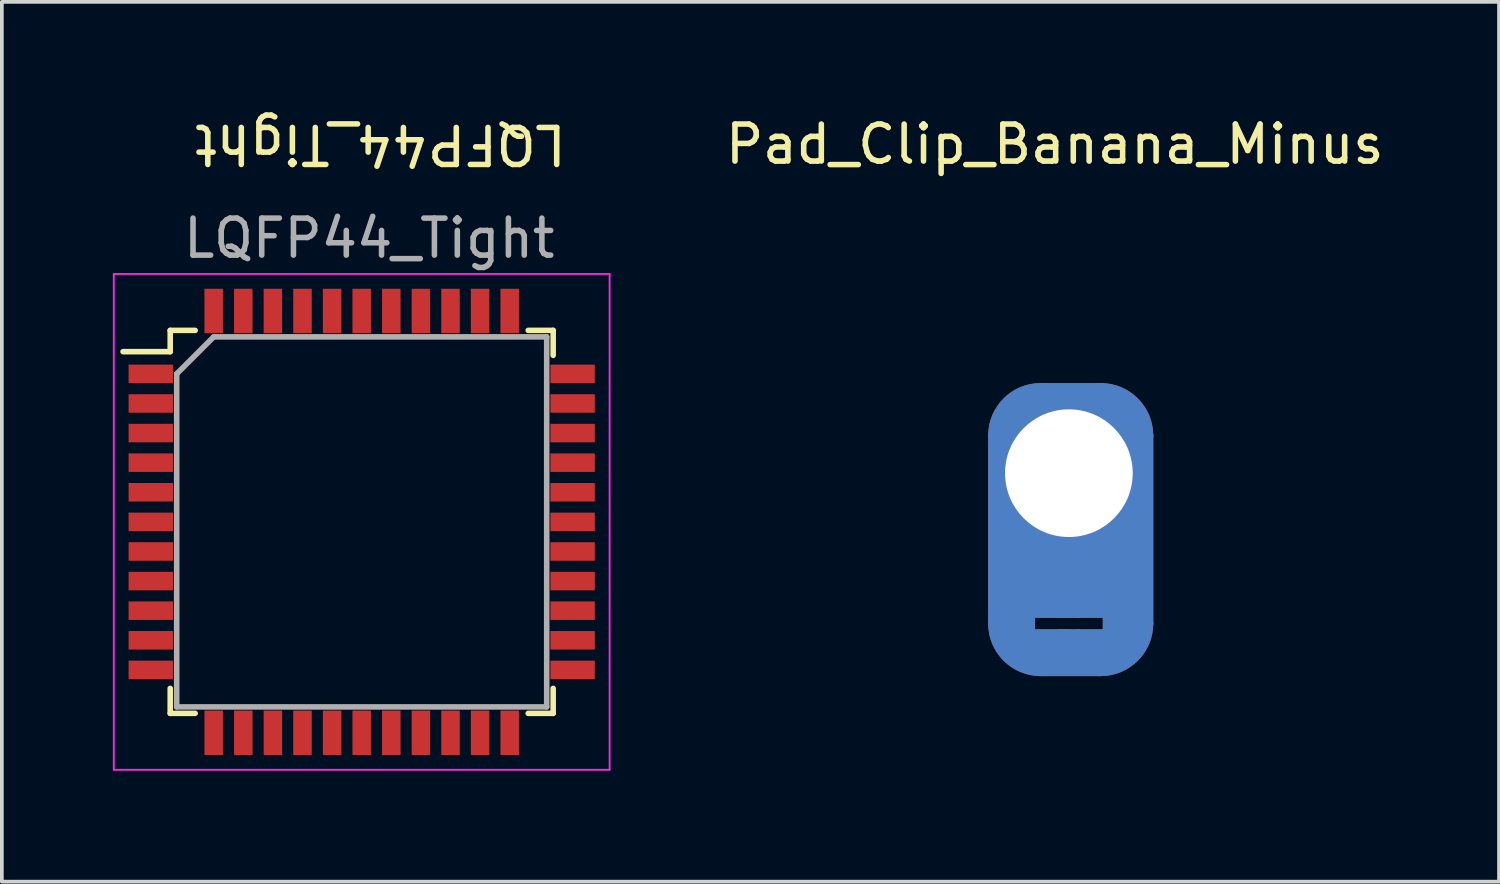
<source format=kicad_pcb>
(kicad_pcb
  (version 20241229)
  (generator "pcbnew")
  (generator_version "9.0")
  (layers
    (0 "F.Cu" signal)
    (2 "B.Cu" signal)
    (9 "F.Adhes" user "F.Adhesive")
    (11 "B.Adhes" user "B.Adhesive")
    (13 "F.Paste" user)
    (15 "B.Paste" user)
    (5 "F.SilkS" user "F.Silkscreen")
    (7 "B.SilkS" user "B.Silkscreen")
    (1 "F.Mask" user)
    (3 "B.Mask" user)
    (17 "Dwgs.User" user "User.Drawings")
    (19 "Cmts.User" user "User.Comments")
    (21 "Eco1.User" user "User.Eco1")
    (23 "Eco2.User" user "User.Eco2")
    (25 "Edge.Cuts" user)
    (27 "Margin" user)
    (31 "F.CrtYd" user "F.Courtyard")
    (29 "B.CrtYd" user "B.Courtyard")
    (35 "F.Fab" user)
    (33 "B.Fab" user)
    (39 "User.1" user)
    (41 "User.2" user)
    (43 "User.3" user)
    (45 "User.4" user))
  (footprint "LQFP44_Tight"
    (layer "F.Cu")
    (at 7.131 10.653)
    (property "Reference" "LQFP44_Tight" (at 0.102 -9.804 180) (unlocked yes) (layer "F.SilkS") (effects (font (size 1 1) (thickness 0.15))))
    (attr smd)
    (fp_line (start -5.581 -4.774) (end -5.581 -4.199) (stroke (width 0.15) (type solid)) (layer "F.SilkS"))
    (fp_line (start -5.581 -4.774) (end -4.906 -4.774) (stroke (width 0.15) (type solid)) (layer "F.SilkS"))
    (fp_line (start -5.581 -4.199) (end -6.856 -4.199) (stroke (width 0.15) (type solid)) (layer "F.SilkS"))
    (fp_line (start -5.581 5.576) (end -5.581 4.901) (stroke (width 0.15) (type solid)) (layer "F.SilkS"))
    (fp_line (start -5.581 5.576) (end -4.906 5.576) (stroke (width 0.15) (type solid)) (layer "F.SilkS"))
    (fp_line (start 4.769 -4.774) (end 4.094 -4.774) (stroke (width 0.15) (type solid)) (layer "F.SilkS"))
    (fp_line (start 4.769 -4.774) (end 4.769 -4.099) (stroke (width 0.15) (type solid)) (layer "F.SilkS"))
    (fp_line (start 4.769 5.576) (end 4.094 5.576) (stroke (width 0.15) (type solid)) (layer "F.SilkS"))
    (fp_line (start 4.769 5.576) (end 4.769 4.901) (stroke (width 0.15) (type solid)) (layer "F.SilkS"))
    (fp_line (start -7.106 -6.299) (end -7.106 7.101) (stroke (width 0.05) (type solid)) (layer "F.CrtYd"))
    (fp_line (start -7.106 -6.299) (end 6.294 -6.299) (stroke (width 0.05) (type solid)) (layer "F.CrtYd"))
    (fp_line (start -7.106 7.101) (end 6.294 7.101) (stroke (width 0.05) (type solid)) (layer "F.CrtYd"))
    (fp_line (start 6.294 -6.299) (end 6.294 7.101) (stroke (width 0.05) (type solid)) (layer "F.CrtYd"))
    (fp_line (start -5.406 -3.599) (end -4.406 -4.599) (stroke (width 0.15) (type solid)) (layer "F.Fab"))
    (fp_line (start -5.406 5.401) (end -5.406 -3.599) (stroke (width 0.15) (type solid)) (layer "F.Fab"))
    (fp_line (start -4.406 -4.599) (end 4.594 -4.599) (stroke (width 0.15) (type solid)) (layer "F.Fab"))
    (fp_line (start 4.594 -4.599) (end 4.594 5.401) (stroke (width 0.15) (type solid)) (layer "F.Fab"))
    (fp_line (start 4.594 5.401) (end -5.406 5.401) (stroke (width 0.15) (type solid)) (layer "F.Fab"))
    (fp_text user "${REFERENCE}" (at -0.203 -7.264 0) (layer "F.Fab") (effects (font (size 1 1) (thickness 0.15))))
    (pad "1" smd rect (at -6.106 -3.599 180) (size 1.2 0.5) (layers "F.Cu" "F.Mask" "F.Paste"))
    (pad "2" smd rect (at -6.106 -2.799 180) (size 1.2 0.5) (layers "F.Cu" "F.Mask" "F.Paste"))
    (pad "3" smd rect (at -6.106 -1.999 180) (size 1.2 0.5) (layers "F.Cu" "F.Mask" "F.Paste"))
    (pad "4" smd rect (at -6.106 -1.199 180) (size 1.2 0.5) (layers "F.Cu" "F.Mask" "F.Paste"))
    (pad "5" smd rect (at -6.106 -0.399 180) (size 1.2 0.5) (layers "F.Cu" "F.Mask" "F.Paste"))
    (pad "6" smd rect (at -6.106 0.401 180) (size 1.2 0.5) (layers "F.Cu" "F.Mask" "F.Paste"))
    (pad "7" smd rect (at -6.106 1.201 180) (size 1.2 0.5) (layers "F.Cu" "F.Mask" "F.Paste"))
    (pad "8" smd rect (at -6.106 2.001 180) (size 1.2 0.5) (layers "F.Cu" "F.Mask" "F.Paste"))
    (pad "9" smd rect (at -6.106 2.801 180) (size 1.2 0.5) (layers "F.Cu" "F.Mask" "F.Paste"))
    (pad "10" smd rect (at -6.106 3.601 180) (size 1.2 0.5) (layers "F.Cu" "F.Mask" "F.Paste"))
    (pad "11" smd rect (at -6.106 4.401 180) (size 1.2 0.5) (layers "F.Cu" "F.Mask" "F.Paste"))
    (pad "12" smd rect (at -4.406 6.101 270) (size 1.2 0.5) (layers "F.Cu" "F.Mask" "F.Paste"))
    (pad "13" smd rect (at -3.606 6.101 270) (size 1.2 0.5) (layers "F.Cu" "F.Mask" "F.Paste"))
    (pad "14" smd rect (at -2.806 6.101 270) (size 1.2 0.5) (layers "F.Cu" "F.Mask" "F.Paste"))
    (pad "15" smd rect (at -2.006 6.101 270) (size 1.2 0.5) (layers "F.Cu" "F.Mask" "F.Paste"))
    (pad "16" smd rect (at -1.206 6.101 270) (size 1.2 0.5) (layers "F.Cu" "F.Mask" "F.Paste"))
    (pad "17" smd rect (at -0.406 6.101 270) (size 1.2 0.5) (layers "F.Cu" "F.Mask" "F.Paste"))
    (pad "18" smd rect (at 0.394 6.101 270) (size 1.2 0.5) (layers "F.Cu" "F.Mask" "F.Paste"))
    (pad "19" smd rect (at 1.194 6.101 270) (size 1.2 0.5) (layers "F.Cu" "F.Mask" "F.Paste"))
    (pad "20" smd rect (at 1.994 6.101 270) (size 1.2 0.5) (layers "F.Cu" "F.Mask" "F.Paste"))
    (pad "21" smd rect (at 2.794 6.101 270) (size 1.2 0.5) (layers "F.Cu" "F.Mask" "F.Paste"))
    (pad "22" smd rect (at 3.594 6.101 270) (size 1.2 0.5) (layers "F.Cu" "F.Mask" "F.Paste"))
    (pad "23" smd rect (at 5.294 4.401 180) (size 1.2 0.5) (layers "F.Cu" "F.Mask" "F.Paste"))
    (pad "24" smd rect (at 5.294 3.601 180) (size 1.2 0.5) (layers "F.Cu" "F.Mask" "F.Paste"))
    (pad "25" smd rect (at 5.294 2.801 180) (size 1.2 0.5) (layers "F.Cu" "F.Mask" "F.Paste"))
    (pad "26" smd rect (at 5.294 2.001 180) (size 1.2 0.5) (layers "F.Cu" "F.Mask" "F.Paste"))
    (pad "27" smd rect (at 5.294 1.201 180) (size 1.2 0.5) (layers "F.Cu" "F.Mask" "F.Paste"))
    (pad "28" smd rect (at 5.294 0.401 180) (size 1.2 0.5) (layers "F.Cu" "F.Mask" "F.Paste"))
    (pad "29" smd rect (at 5.294 -0.399 180) (size 1.2 0.5) (layers "F.Cu" "F.Mask" "F.Paste"))
    (pad "30" smd rect (at 5.294 -1.199 180) (size 1.2 0.5) (layers "F.Cu" "F.Mask" "F.Paste"))
    (pad "31" smd rect (at 5.294 -1.999 180) (size 1.2 0.5) (layers "F.Cu" "F.Mask" "F.Paste"))
    (pad "32" smd rect (at 5.294 -2.799 180) (size 1.2 0.5) (layers "F.Cu" "F.Mask" "F.Paste"))
    (pad "33" smd rect (at 5.294 -3.599 180) (size 1.2 0.5) (layers "F.Cu" "F.Mask" "F.Paste"))
    (pad "34" smd rect (at 3.594 -5.299 270) (size 1.2 0.5) (layers "F.Cu" "F.Mask" "F.Paste"))
    (pad "35" smd rect (at 2.794 -5.299 270) (size 1.2 0.5) (layers "F.Cu" "F.Mask" "F.Paste"))
    (pad "36" smd rect (at 1.994 -5.299 270) (size 1.2 0.5) (layers "F.Cu" "F.Mask" "F.Paste"))
    (pad "37" smd rect (at 1.194 -5.299 270) (size 1.2 0.5) (layers "F.Cu" "F.Mask" "F.Paste"))
    (pad "38" smd rect (at 0.394 -5.299 270) (size 1.2 0.5) (layers "F.Cu" "F.Mask" "F.Paste"))
    (pad "39" smd rect (at -0.406 -5.299 270) (size 1.2 0.5) (layers "F.Cu" "F.Mask" "F.Paste"))
    (pad "40" smd rect (at -1.206 -5.299 270) (size 1.2 0.5) (layers "F.Cu" "F.Mask" "F.Paste"))
    (pad "41" smd rect (at -2.006 -5.299 270) (size 1.2 0.5) (layers "F.Cu" "F.Mask" "F.Paste"))
    (pad "42" smd rect (at -2.806 -5.299 270) (size 1.2 0.5) (layers "F.Cu" "F.Mask" "F.Paste"))
    (pad "43" smd rect (at -3.606 -5.299 270) (size 1.2 0.5) (layers "F.Cu" "F.Mask" "F.Paste"))
    (pad "44" smd rect (at -4.406 -5.299 270) (size 1.2 0.5) (layers "F.Cu" "F.Mask" "F.Paste")))
  (footprint "Pad_Clip_Banana_Minus"
    (layer "F.Cu")
    (at 25.837 9.738)
    (property "Reference" "Pad_Clip_Banana_Minus" (at -0.381 -8.89 0) (unlocked yes) (layer "F.SilkS") (effects (font (size 1 1) (thickness 0.15))))
    (attr through_hole)
    (fp_line (start -2.032 -1.016) (end -2.032 4.064) (stroke (width 0.3) (type default)) (layer "F.Cu"))
    (fp_line (start -1.016 3.81) (end -1.016 4.318) (stroke (width 0.2) (type default)) (layer "F.Cu"))
    (fp_line (start -0.991 4.318) (end -0.102 4.318) (stroke (width 0.2) (type default)) (layer "F.Cu"))
    (fp_line (start -0.762 -2.286) (end 0.861 -2.286) (stroke (width 0.3) (type default)) (layer "F.Cu"))
    (fp_line (start -0.254 3.048) (end -0.254 3.81) (stroke (width 0.2) (type default)) (layer "F.Cu"))
    (fp_line (start -0.254 3.81) (end 0.254 3.81) (stroke (width 0.2) (type default)) (layer "F.Cu"))
    (fp_line (start -0.254 4.318) (end -0.254 5.08) (stroke (width 0.2) (type default)) (layer "F.Cu"))
    (fp_line (start -0.254 4.318) (end 0.254 4.318) (stroke (width 0.2) (type default)) (layer "F.Cu"))
    (fp_line (start -0.254 5.08) (end 0.254 5.08) (stroke (width 0.2) (type default)) (layer "F.Cu"))
    (fp_line (start -0.102 3.81) (end -0.991 3.81) (stroke (width 0.2) (type default)) (layer "F.Cu"))
    (fp_line (start 0.254 3.048) (end -0.254 3.048) (stroke (width 0.2) (type default)) (layer "F.Cu"))
    (fp_line (start 0.254 3.81) (end 1.016 3.81) (stroke (width 0.2) (type default)) (layer "F.Cu"))
    (fp_line (start 0.254 4.318) (end 1.016 4.318) (stroke (width 0.2) (type default)) (layer "F.Cu"))
    (fp_line (start 0.861 5.334) (end -0.762 5.334) (stroke (width 0.3) (type default)) (layer "F.Cu"))
    (fp_line (start 1.016 3.81) (end 1.016 4.318) (stroke (width 0.2) (type default)) (layer "F.Cu"))
    (fp_line (start 2.131 -1.016) (end 2.131 4.064) (stroke (width 0.3) (type default)) (layer "F.Cu"))
    (fp_arc (start -2.031999 -1.016) (mid -1.660025 -1.914026) (end -0.761999 -2.286) (stroke (width 0.3) (type default)) (layer "F.Cu"))
    (fp_arc (start -0.761999 5.334) (mid -1.660025 4.962026) (end -2.031999 4.064) (stroke (width 0.3) (type default)) (layer "F.Cu"))
    (fp_arc (start 0.860828 -2.286) (mid 1.758854 -1.914026) (end 2.130828 -1.016) (stroke (width 0.3) (type default)) (layer "F.Cu"))
    (fp_arc (start 2.130828 4.064) (mid 1.758854 4.962026) (end 0.860828 5.334) (stroke (width 0.3) (type default)) (layer "F.Cu"))
    (fp_poly (pts (xy -0.762 -2.286) (xy -1.66 -1.914) (xy -2.032 -1.016) (xy -2.032 4.064) (xy -1.66 4.962) (xy -0.762 5.334) (xy 0.254 5.334) (xy 0.254 4.318) (xy 0.000001 4.318) (xy -0.991 4.318) (xy -0.991 3.81) (xy 0.000001 3.81) (xy 0.254 3.81) (xy 0.254 1.778) (xy -0.508 1.778) (xy -1.524 0.762) (xy -1.524 -0.762) (xy -0.508 -1.778) (xy 0.254 -1.778) (xy 0.254 -2.286)) (stroke (width 0.01) (type solid)) (fill yes) (layer "F.Cu"))
    (fp_poly (pts (xy 0.861 -2.286) (xy 1.759 -1.914) (xy 2.131 -1.016) (xy 2.131 3.81) (xy 1.759 4.962) (xy 1.016 5.334) (xy -0.254 5.334) (xy -0.155 4.318) (xy 0.099 4.318) (xy 0.988 4.318) (xy 0.988 3.81) (xy 0.099 3.81) (xy -0.155 3.81) (xy -0.155 1.778) (xy 0.607 1.778) (xy 1.623 0.762) (xy 1.623 -0.762) (xy 0.607 -1.778) (xy -0.155 -1.778) (xy -0.155 -2.286)) (stroke (width 0.01) (type solid)) (fill yes) (layer "F.Cu"))
    (fp_line (start -2.032 -1.016) (end -2.032 4.064) (stroke (width 0.3) (type default)) (layer "F.Mask"))
    (fp_line (start -1.016 3.81) (end -1.016 4.318) (stroke (width 0.2) (type default)) (layer "F.Mask"))
    (fp_line (start -1.016 4.318) (end 0.000001 4.318) (stroke (width 0.2) (type default)) (layer "F.Mask"))
    (fp_line (start -0.762 -2.286) (end 0.861 -2.286) (stroke (width 0.3) (type default)) (layer "F.Mask"))
    (fp_line (start -0.254 3.048) (end -0.254 3.81) (stroke (width 0.2) (type default)) (layer "F.Mask"))
    (fp_line (start -0.254 4.318) (end -0.254 5.08) (stroke (width 0.2) (type default)) (layer "F.Mask"))
    (fp_line (start -0.254 4.318) (end 0.254 4.318) (stroke (width 0.2) (type default)) (layer "F.Mask"))
    (fp_line (start 0.000001 3.81) (end -0.914 3.81) (stroke (width 0.2) (type default)) (layer "F.Mask"))
    (fp_line (start 0.254 3.048) (end 0.254 3.81) (stroke (width 0.2) (type default)) (layer "F.Mask"))
    (fp_line (start 0.254 3.81) (end -0.254 3.81) (stroke (width 0.2) (type default)) (layer "F.Mask"))
    (fp_line (start 0.254 3.81) (end 1.016 3.81) (stroke (width 0.2) (type default)) (layer "F.Mask"))
    (fp_line (start 0.254 4.318) (end 1.016 4.318) (stroke (width 0.2) (type default)) (layer "F.Mask"))
    (fp_line (start 0.254 5.08) (end 0.254 4.318) (stroke (width 0.2) (type default)) (layer "F.Mask"))
    (fp_line (start 0.861 5.334) (end -0.762 5.334) (stroke (width 0.3) (type default)) (layer "F.Mask"))
    (fp_line (start 1.016 3.81) (end 1.016 4.318) (stroke (width 0.2) (type default)) (layer "F.Mask"))
    (fp_line (start 2.131 -1.016) (end 2.131 4.064) (stroke (width 0.3) (type default)) (layer "F.Mask"))
    (fp_arc (start -2.031999 -1.016) (mid -1.660025 -1.914026) (end -0.761999 -2.286) (stroke (width 0.3) (type default)) (layer "F.Mask"))
    (fp_arc (start -0.761999 5.334) (mid -1.660025 4.962026) (end -2.031999 4.064) (stroke (width 0.3) (type default)) (layer "F.Mask"))
    (fp_arc (start 0.860828 -2.286) (mid 1.758854 -1.914026) (end 2.130828 -1.016) (stroke (width 0.3) (type default)) (layer "F.Mask"))
    (fp_arc (start 2.130828 4.064) (mid 1.758854 4.962026) (end 0.860828 5.334) (stroke (width 0.3) (type default)) (layer "F.Mask"))
    (fp_poly (pts (xy -0.762 -2.286) (xy -1.66 -1.914) (xy -2.032 -1.016) (xy -2.032 4.064) (xy -1.66 4.962) (xy -0.762 5.334) (xy 0.254 5.334) (xy 0.254 4.318) (xy 0.000001 4.318) (xy -1.016 4.318) (xy -1.016 3.81) (xy 0.000001 3.81) (xy 0.254 3.81) (xy 0.254 1.778) (xy -0.508 1.778) (xy -1.524 0.762) (xy -1.524 -0.762) (xy -0.508 -1.778) (xy 0.254 -1.778) (xy 0.254 -2.286)) (stroke (width 0.01) (type solid)) (fill yes) (layer "F.Mask"))
    (fp_poly (pts (xy 0.861 -2.286) (xy 1.759 -1.914) (xy 2.131 -1.016) (xy 2.131 4.064) (xy 1.759 4.962) (xy 0.861 5.334) (xy -0.155 5.334) (xy -0.155 4.318) (xy 0.099 4.318) (xy 1.115 4.318) (xy 1.115 3.81) (xy 0.099 3.81) (xy -0.155 3.81) (xy -0.155 1.778) (xy 0.607 1.778) (xy 1.623 0.762) (xy 1.623 -0.762) (xy 0.607 -1.778) (xy -0.155 -1.778) (xy -0.155 -2.286)) (stroke (width 0.01) (type solid)) (fill yes) (layer "F.Mask"))
    (fp_line (start -2.032 -1.016) (end -2.032 4.064) (stroke (width 0.3) (type default)) (layer "B.Cu"))
    (fp_line (start -1.016 3.81) (end -1.016 4.318) (stroke (width 0.2) (type default)) (layer "B.Cu"))
    (fp_line (start -0.762 5.334) (end 0.861 5.334) (stroke (width 0.3) (type default)) (layer "B.Cu"))
    (fp_line (start -0.254 3.048) (end 0.254 3.048) (stroke (width 0.2) (type default)) (layer "B.Cu"))
    (fp_line (start -0.254 5.08) (end -0.254 4.318) (stroke (width 0.2) (type default)) (layer "B.Cu"))
    (fp_line (start 0.000001 3.81) (end -1.016 3.81) (stroke (width 0.2) (type default)) (layer "B.Cu"))
    (fp_line (start 0.000001 4.318) (end -1.016 4.318) (stroke (width 0.2) (type default)) (layer "B.Cu"))
    (fp_line (start 0.254 3.048) (end 0.254 3.81) (stroke (width 0.2) (type default)) (layer "B.Cu"))
    (fp_line (start 0.254 3.81) (end -0.254 3.81) (stroke (width 0.2) (type default)) (layer "B.Cu"))
    (fp_line (start 0.254 3.81) (end 1.016 3.81) (stroke (width 0.2) (type default)) (layer "B.Cu"))
    (fp_line (start 0.254 4.318) (end -0.254 4.318) (stroke (width 0.2) (type default)) (layer "B.Cu"))
    (fp_line (start 0.254 5.08) (end -0.254 5.08) (stroke (width 0.2) (type default)) (layer "B.Cu"))
    (fp_line (start 0.861 -2.286) (end -0.762 -2.286) (stroke (width 0.3) (type default)) (layer "B.Cu"))
    (fp_line (start 1.016 3.81) (end 1.016 4.318) (stroke (width 0.2) (type default)) (layer "B.Cu"))
    (fp_line (start 1.016 4.318) (end 0.254 4.318) (stroke (width 0.2) (type default)) (layer "B.Cu"))
    (fp_line (start 2.131 -1.016) (end 2.131 4.064) (stroke (width 0.3) (type default)) (layer "B.Cu"))
    (fp_arc (start -2.031999 -1.016) (mid -1.660025 -1.914026) (end -0.761999 -2.286) (stroke (width 0.3) (type default)) (layer "B.Cu"))
    (fp_arc (start -0.761999 5.334) (mid -1.660025 4.962026) (end -2.031999 4.064) (stroke (width 0.3) (type default)) (layer "B.Cu"))
    (fp_arc (start 0.860828 -2.286) (mid 1.758854 -1.914026) (end 2.130828 -1.016) (stroke (width 0.3) (type default)) (layer "B.Cu"))
    (fp_arc (start 2.130828 4.064) (mid 1.758854 4.962026) (end 0.860828 5.334) (stroke (width 0.3) (type default)) (layer "B.Cu"))
    (fp_poly (pts (xy -0.762 -2.286) (xy -1.66 -1.914) (xy -2.032 -1.016) (xy -2.032 4.064) (xy -1.66 4.962) (xy -0.762 5.334) (xy 0.254 5.334) (xy 0.254 4.318) (xy 0.000001 4.318) (xy -0.991 4.318) (xy -0.991 3.81) (xy 0.000001 3.81) (xy 0.254 3.81) (xy 0.254 1.778) (xy -0.508 1.778) (xy -1.524 0.762) (xy -1.524 -0.762) (xy -0.508 -1.778) (xy 0.254 -1.778) (xy 0.254 -2.286)) (stroke (width 0.01) (type solid)) (fill yes) (layer "B.Cu"))
    (fp_poly (pts (xy 0.861 -2.286) (xy 1.759 -1.914) (xy 2.131 -1.016) (xy 2.131 4.064) (xy 1.759 4.962) (xy 0.861 5.334) (xy -0.155 5.334) (xy -0.155 4.318) (xy 0.099 4.318) (xy 0.988 4.318) (xy 0.988 3.81) (xy 0.099 3.81) (xy -0.155 3.81) (xy -0.155 1.778) (xy 0.607 1.778) (xy 1.623 0.762) (xy 1.623 -0.762) (xy 0.607 -1.778) (xy -0.155 -1.778) (xy -0.155 -2.286)) (stroke (width 0.01) (type solid)) (fill yes) (layer "B.Cu"))
    (fp_line (start -2.032 -1.016) (end -2.032 4.064) (stroke (width 0.3) (type default)) (layer "B.Mask"))
    (fp_line (start -1.016 3.81) (end -1.016 4.318) (stroke (width 0.2) (type default)) (layer "B.Mask"))
    (fp_line (start -0.762 5.334) (end 0.861 5.334) (stroke (width 0.3) (type default)) (layer "B.Mask"))
    (fp_line (start -0.254 3.048) (end -0.254 3.81) (stroke (width 0.2) (type default)) (layer "B.Mask"))
    (fp_line (start -0.254 3.81) (end 0.254 3.81) (stroke (width 0.2) (type default)) (layer "B.Mask"))
    (fp_line (start -0.254 5.08) (end -0.254 4.318) (stroke (width 0.2) (type default)) (layer "B.Mask"))
    (fp_line (start -0.152 3.81) (end -0.914 3.81) (stroke (width 0.2) (type default)) (layer "B.Mask"))
    (fp_line (start 0.000001 4.318) (end -0.965 4.318) (stroke (width 0.2) (type default)) (layer "B.Mask"))
    (fp_line (start 0.254 3.048) (end 0.254 3.81) (stroke (width 0.2) (type default)) (layer "B.Mask"))
    (fp_line (start 0.254 3.81) (end 1.016 3.81) (stroke (width 0.2) (type default)) (layer "B.Mask"))
    (fp_line (start 0.254 4.318) (end -0.254 4.318) (stroke (width 0.2) (type default)) (layer "B.Mask"))
    (fp_line (start 0.254 4.318) (end 0.254 5.08) (stroke (width 0.2) (type default)) (layer "B.Mask"))
    (fp_line (start 0.861 -2.286) (end -0.762 -2.286) (stroke (width 0.3) (type default)) (layer "B.Mask"))
    (fp_line (start 1.016 3.81) (end 1.016 4.318) (stroke (width 0.2) (type default)) (layer "B.Mask"))
    (fp_line (start 1.016 4.318) (end 0.254 4.318) (stroke (width 0.2) (type default)) (layer "B.Mask"))
    (fp_line (start 2.131 -1.016) (end 2.131 4.064) (stroke (width 0.3) (type default)) (layer "B.Mask"))
    (fp_arc (start -2.031999 -1.016) (mid -1.660025 -1.914026) (end -0.761999 -2.286) (stroke (width 0.3) (type default)) (layer "B.Mask"))
    (fp_arc (start -0.761999 5.334) (mid -1.660025 4.962026) (end -2.031999 4.064) (stroke (width 0.3) (type default)) (layer "B.Mask"))
    (fp_arc (start 0.860828 -2.286) (mid 1.758854 -1.914026) (end 2.130828 -1.016) (stroke (width 0.3) (type default)) (layer "B.Mask"))
    (fp_arc (start 2.130828 4.064) (mid 1.758854 4.962026) (end 0.860828 5.334) (stroke (width 0.3) (type default)) (layer "B.Mask"))
    (fp_poly (pts (xy -0.762 -2.286) (xy -1.66 -1.914) (xy -2.032 -1.016) (xy -2.032 4.064) (xy -1.66 4.962) (xy -0.762 5.334) (xy 0.254 5.334) (xy 0.254 4.318) (xy 0.000001 4.318) (xy -1.016 4.318) (xy -1.016 3.81) (xy 0.000001 3.81) (xy 0.254 3.81) (xy 0.254 1.778) (xy -0.508 1.778) (xy -1.524 0.762) (xy -1.524 -0.762) (xy -0.508 -1.778) (xy 0.254 -1.778) (xy 0.254 -2.286)) (stroke (width 0.01) (type solid)) (fill yes) (layer "B.Mask"))
    (fp_poly (pts (xy 0.861 -2.286) (xy 1.759 -1.914) (xy 2.131 -1.016) (xy 2.131 4.064) (xy 1.759 4.962) (xy 0.861 5.334) (xy -0.155 5.334) (xy -0.155 4.318) (xy 0.099 4.318) (xy 1.115 4.318) (xy 1.115 3.81) (xy 0.099 3.81) (xy -0.155 3.81) (xy -0.155 1.778) (xy 0.607 1.778) (xy 1.623 0.762) (xy 1.623 -0.762) (xy 0.607 -1.778) (xy -0.155 -1.778) (xy -0.155 -2.286)) (stroke (width 0.01) (type solid)) (fill yes) (layer "B.Mask"))
    (pad "1" thru_hole circle (at 0 0) (size 4 4) (drill 3.45) (layers "*.Cu" "*.Mask")))
  (gr_rect
    (start -3 -3)
    (end 37.462 20.778)
    (stroke (width 0.1) (type default))
    (fill no)
    (layer "Edge.Cuts")))
</source>
